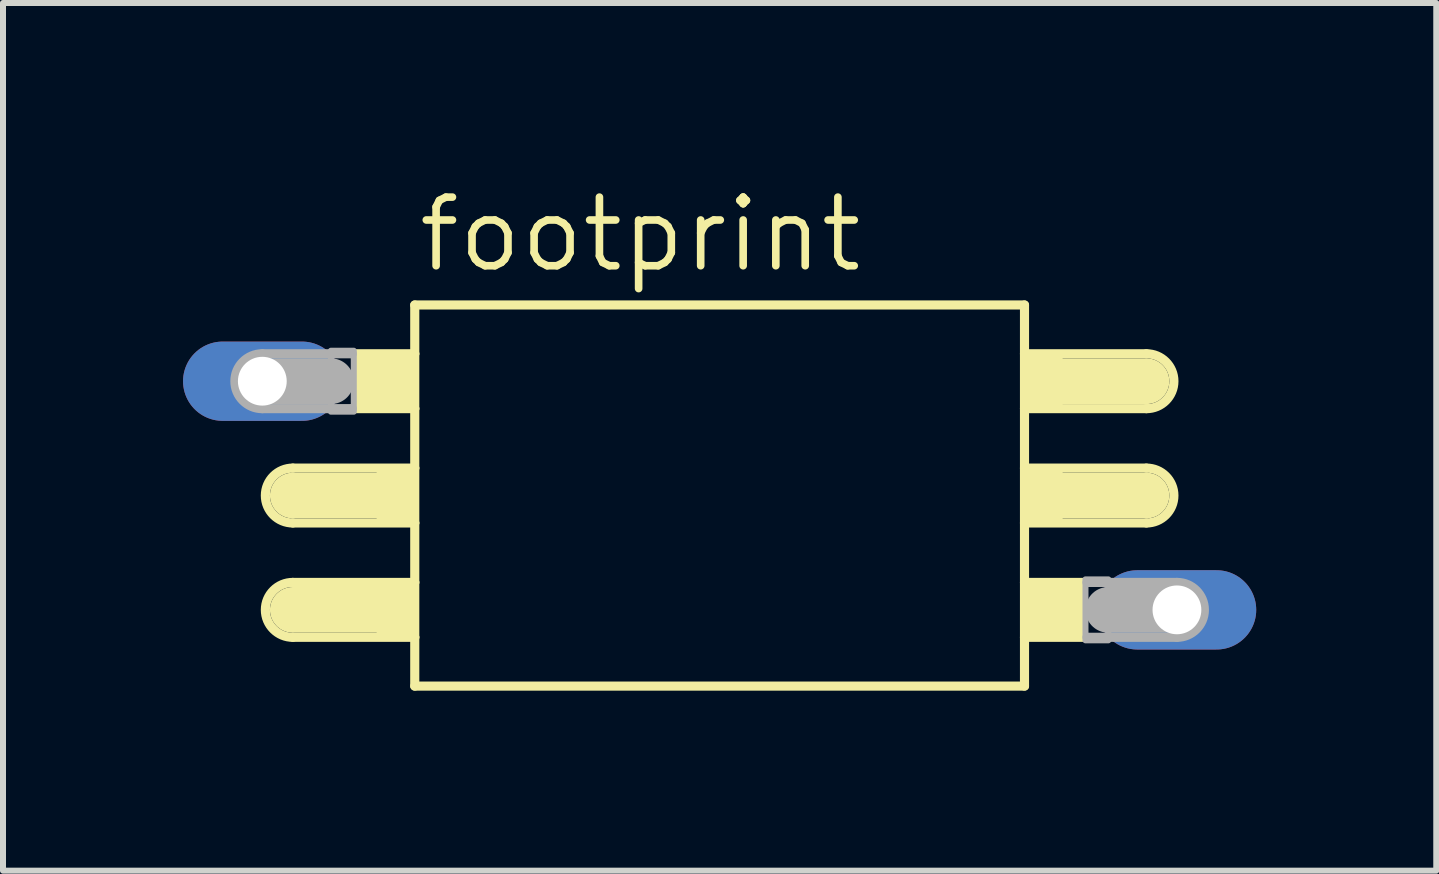
<source format=kicad_pcb>
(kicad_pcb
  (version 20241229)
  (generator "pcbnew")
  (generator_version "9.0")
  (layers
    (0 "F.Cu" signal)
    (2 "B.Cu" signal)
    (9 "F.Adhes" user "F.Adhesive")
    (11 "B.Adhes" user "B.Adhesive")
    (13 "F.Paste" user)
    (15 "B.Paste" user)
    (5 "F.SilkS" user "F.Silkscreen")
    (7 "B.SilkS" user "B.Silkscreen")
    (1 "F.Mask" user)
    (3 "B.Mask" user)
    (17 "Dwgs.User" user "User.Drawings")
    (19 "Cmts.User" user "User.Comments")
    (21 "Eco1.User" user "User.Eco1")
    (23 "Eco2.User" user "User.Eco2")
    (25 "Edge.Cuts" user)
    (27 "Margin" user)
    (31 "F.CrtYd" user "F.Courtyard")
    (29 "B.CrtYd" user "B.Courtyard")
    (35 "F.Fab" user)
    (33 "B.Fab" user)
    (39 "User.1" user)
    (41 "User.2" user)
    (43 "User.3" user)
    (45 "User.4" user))
  (footprint "footprint"
    (layer "F.Cu")
    (at 8.941 5.207)
    (property "Reference" "footprint" (at -5.08 -3.683 0) (layer "F.SilkS") (effects (font (size 1.143 1.143) (thickness 0.127)) (justify left bottom)))
    (fp_line (start -7.112 -0.457) (end -5.08 -0.457) (stroke (width 0.152) (type solid)) (layer "F.SilkS"))
    (fp_line (start -7.112 0) (end -5.715 0) (stroke (width 0.762) (type solid)) (layer "F.SilkS"))
    (fp_line (start -7.112 0.457) (end -5.08 0.457) (stroke (width 0.152) (type solid)) (layer "F.SilkS"))
    (fp_line (start -7.112 1.448) (end -5.08 1.448) (stroke (width 0.152) (type solid)) (layer "F.SilkS"))
    (fp_line (start -7.112 1.905) (end -5.715 1.905) (stroke (width 0.762) (type solid)) (layer "F.SilkS"))
    (fp_line (start -7.112 2.362) (end -5.08 2.362) (stroke (width 0.152) (type solid)) (layer "F.SilkS"))
    (fp_line (start -6.121 -2.362) (end -5.08 -2.362) (stroke (width 0.152) (type solid)) (layer "F.SilkS"))
    (fp_line (start -6.121 -1.448) (end -5.08 -1.448) (stroke (width 0.152) (type solid)) (layer "F.SilkS"))
    (fp_line (start -5.08 -3.175) (end 5.08 -3.175) (stroke (width 0.152) (type solid)) (layer "F.SilkS"))
    (fp_line (start -5.08 -2.362) (end -5.08 -3.175) (stroke (width 0.152) (type solid)) (layer "F.SilkS"))
    (fp_line (start -5.08 -1.448) (end -5.08 -2.362) (stroke (width 0.152) (type solid)) (layer "F.SilkS"))
    (fp_line (start -5.08 -0.457) (end -5.08 -1.448) (stroke (width 0.152) (type solid)) (layer "F.SilkS"))
    (fp_line (start -5.08 0.457) (end -5.08 -0.457) (stroke (width 0.152) (type solid)) (layer "F.SilkS"))
    (fp_line (start -5.08 1.448) (end -5.08 0.457) (stroke (width 0.152) (type solid)) (layer "F.SilkS"))
    (fp_line (start -5.08 2.362) (end -5.08 1.448) (stroke (width 0.152) (type solid)) (layer "F.SilkS"))
    (fp_line (start -5.08 3.175) (end -5.08 2.362) (stroke (width 0.152) (type solid)) (layer "F.SilkS"))
    (fp_line (start 5.08 -3.175) (end 5.08 -2.362) (stroke (width 0.152) (type solid)) (layer "F.SilkS"))
    (fp_line (start 5.08 -2.362) (end 5.08 -1.448) (stroke (width 0.152) (type solid)) (layer "F.SilkS"))
    (fp_line (start 5.08 -2.362) (end 7.112 -2.362) (stroke (width 0.152) (type solid)) (layer "F.SilkS"))
    (fp_line (start 5.08 -1.448) (end 5.08 -0.457) (stroke (width 0.152) (type solid)) (layer "F.SilkS"))
    (fp_line (start 5.08 -1.448) (end 7.112 -1.448) (stroke (width 0.152) (type solid)) (layer "F.SilkS"))
    (fp_line (start 5.08 -0.457) (end 5.08 0.457) (stroke (width 0.152) (type solid)) (layer "F.SilkS"))
    (fp_line (start 5.08 -0.457) (end 7.112 -0.457) (stroke (width 0.152) (type solid)) (layer "F.SilkS"))
    (fp_line (start 5.08 0.457) (end 5.08 1.448) (stroke (width 0.152) (type solid)) (layer "F.SilkS"))
    (fp_line (start 5.08 0.457) (end 7.112 0.457) (stroke (width 0.152) (type solid)) (layer "F.SilkS"))
    (fp_line (start 5.08 1.448) (end 5.08 2.362) (stroke (width 0.152) (type solid)) (layer "F.SilkS"))
    (fp_line (start 5.08 1.448) (end 6.121 1.448) (stroke (width 0.152) (type solid)) (layer "F.SilkS"))
    (fp_line (start 5.08 2.362) (end 5.08 3.175) (stroke (width 0.152) (type solid)) (layer "F.SilkS"))
    (fp_line (start 5.08 2.362) (end 6.121 2.362) (stroke (width 0.152) (type solid)) (layer "F.SilkS"))
    (fp_line (start 5.08 3.175) (end -5.08 3.175) (stroke (width 0.152) (type solid)) (layer "F.SilkS"))
    (fp_line (start 7.112 -1.905) (end 5.715 -1.905) (stroke (width 0.762) (type solid)) (layer "F.SilkS"))
    (fp_line (start 7.112 0) (end 5.715 0) (stroke (width 0.762) (type solid)) (layer "F.SilkS"))
    (fp_arc (start -7.112 0.4572) (mid -7.5692 0) (end -7.112 -0.4572) (stroke (width 0.1524) (type solid)) (layer "F.SilkS"))
    (fp_arc (start -7.112 2.3622) (mid -7.5692 1.905) (end -7.112 1.4478) (stroke (width 0.1524) (type solid)) (layer "F.SilkS"))
    (fp_arc (start 7.112 -2.3622) (mid 7.5692 -1.905) (end 7.112 -1.4478) (stroke (width 0.1524) (type solid)) (layer "F.SilkS"))
    (fp_arc (start 7.112 -0.4572) (mid 7.5692 0) (end 7.112 0.4572) (stroke (width 0.1524) (type solid)) (layer "F.SilkS"))
    (fp_poly (pts (xy -6.096 -1.397) (xy -5.08 -1.397) (xy -5.08 -2.413) (xy -6.096 -2.413)) (stroke (width 0) (type solid)) (fill yes) (layer "F.SilkS"))
    (fp_poly (pts (xy -5.715 0.508) (xy -5.08 0.508) (xy -5.08 -0.508) (xy -5.715 -0.508)) (stroke (width 0) (type solid)) (fill yes) (layer "F.SilkS"))
    (fp_poly (pts (xy -5.715 2.413) (xy -5.08 2.413) (xy -5.08 1.397) (xy -5.715 1.397)) (stroke (width 0) (type solid)) (fill yes) (layer "F.SilkS"))
    (fp_poly (pts (xy 5.08 -1.397) (xy 5.715 -1.397) (xy 5.715 -2.413) (xy 5.08 -2.413)) (stroke (width 0) (type solid)) (fill yes) (layer "F.SilkS"))
    (fp_poly (pts (xy 5.08 0.508) (xy 5.715 0.508) (xy 5.715 -0.508) (xy 5.08 -0.508)) (stroke (width 0) (type solid)) (fill yes) (layer "F.SilkS"))
    (fp_poly (pts (xy 5.08 2.413) (xy 6.096 2.413) (xy 6.096 1.397) (xy 5.08 1.397)) (stroke (width 0) (type solid)) (fill yes) (layer "F.SilkS"))
    (fp_line (start -7.62 -2.362) (end -6.121 -2.362) (stroke (width 0.152) (type solid)) (layer "F.Fab"))
    (fp_line (start -7.62 -1.905) (end -6.477 -1.905) (stroke (width 0.762) (type solid)) (layer "F.Fab"))
    (fp_line (start -7.62 -1.448) (end -6.121 -1.448) (stroke (width 0.152) (type solid)) (layer "F.Fab"))
    (fp_line (start 6.121 1.448) (end 7.62 1.448) (stroke (width 0.152) (type solid)) (layer "F.Fab"))
    (fp_line (start 6.121 2.362) (end 7.62 2.362) (stroke (width 0.152) (type solid)) (layer "F.Fab"))
    (fp_line (start 7.62 1.905) (end 6.477 1.905) (stroke (width 0.762) (type solid)) (layer "F.Fab"))
    (fp_arc (start -7.62 -1.4478) (mid -8.0772 -1.905) (end -7.62 -2.3622) (stroke (width 0.1524) (type solid)) (layer "F.Fab"))
    (fp_arc (start 7.62 1.4478) (mid 8.0772 1.905) (end 7.62 2.3622) (stroke (width 0.1524) (type solid)) (layer "F.Fab"))
    (fp_poly (pts (xy -6.477 -1.397) (xy -6.096 -1.397) (xy -6.096 -2.413) (xy -6.477 -2.413)) (stroke (width 0.1) (type solid)) (fill no) (layer "F.Fab"))
    (fp_poly (pts (xy 6.096 2.413) (xy 6.477 2.413) (xy 6.477 1.397) (xy 6.096 1.397)) (stroke (width 0.1) (type solid)) (fill no) (layer "F.Fab"))
    (pad "1" thru_hole oval (at -7.62 -1.905) (size 2.642 1.321) (drill 0.813) (layers "*.Cu" "*.Mask"))
    (pad "2" thru_hole oval (at 7.62 1.905) (size 2.642 1.321) (drill 0.813) (layers "*.Cu" "*.Mask")))
  (gr_rect
    (start -3 -3)
    (end 20.882 11.458)
    (stroke (width 0.1) (type default))
    (fill no)
    (layer "Edge.Cuts")))
</source>
